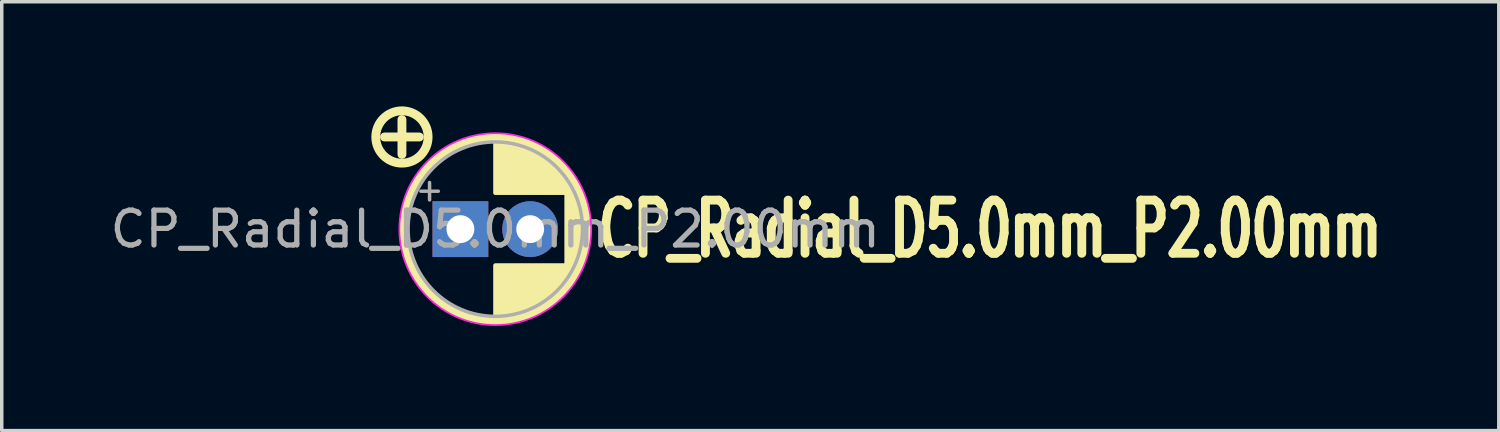
<source format=kicad_pcb>
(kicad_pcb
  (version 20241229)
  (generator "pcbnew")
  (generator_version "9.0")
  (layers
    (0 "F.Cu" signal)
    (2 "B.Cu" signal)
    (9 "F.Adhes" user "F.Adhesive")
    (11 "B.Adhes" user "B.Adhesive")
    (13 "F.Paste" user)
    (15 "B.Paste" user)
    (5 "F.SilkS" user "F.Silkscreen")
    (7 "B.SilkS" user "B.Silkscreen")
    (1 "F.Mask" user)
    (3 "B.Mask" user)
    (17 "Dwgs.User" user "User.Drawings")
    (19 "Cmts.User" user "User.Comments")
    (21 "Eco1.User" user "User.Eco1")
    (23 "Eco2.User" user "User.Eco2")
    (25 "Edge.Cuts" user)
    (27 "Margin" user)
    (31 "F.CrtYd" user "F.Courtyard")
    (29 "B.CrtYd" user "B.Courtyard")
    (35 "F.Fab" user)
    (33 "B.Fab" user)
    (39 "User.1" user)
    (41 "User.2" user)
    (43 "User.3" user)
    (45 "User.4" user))
  (footprint "CP_Radial_D5.0mm_P2.00mm"
    (layer "F.Cu")
    (at 10.149 3.519)
    (property "Reference" "CP_Radial_D5.0mm_P2.00mm" (at 3.81 0 0) (layer "F.SilkS") (effects (font (size 1.524 1.016) (thickness 0.254)) (justify left)))
    (attr through_hole)
    (fp_line (start -1.676 -3.142) (end -1.676 -2.142) (stroke (width 0.254) (type solid)) (layer "F.SilkS"))
    (fp_line (start -1.176 -2.642) (end -2.176 -2.642) (stroke (width 0.254) (type solid)) (layer "F.SilkS"))
    (fp_line (start 1 -2.58) (end 1 -1.04) (stroke (width 0.12) (type solid)) (layer "F.SilkS"))
    (fp_line (start 1 1.04) (end 1 2.58) (stroke (width 0.12) (type solid)) (layer "F.SilkS"))
    (fp_line (start 1.04 -2.58) (end 1.04 -1.04) (stroke (width 0.12) (type solid)) (layer "F.SilkS"))
    (fp_line (start 1.04 1.04) (end 1.04 2.58) (stroke (width 0.12) (type solid)) (layer "F.SilkS"))
    (fp_line (start 1.08 -2.579) (end 1.08 -1.04) (stroke (width 0.12) (type solid)) (layer "F.SilkS"))
    (fp_line (start 1.08 1.04) (end 1.08 2.579) (stroke (width 0.12) (type solid)) (layer "F.SilkS"))
    (fp_line (start 1.12 -2.578) (end 1.12 -1.04) (stroke (width 0.12) (type solid)) (layer "F.SilkS"))
    (fp_line (start 1.12 1.04) (end 1.12 2.578) (stroke (width 0.12) (type solid)) (layer "F.SilkS"))
    (fp_line (start 1.16 -2.576) (end 1.16 -1.04) (stroke (width 0.12) (type solid)) (layer "F.SilkS"))
    (fp_line (start 1.16 1.04) (end 1.16 2.576) (stroke (width 0.12) (type solid)) (layer "F.SilkS"))
    (fp_line (start 1.2 -2.573) (end 1.2 -1.04) (stroke (width 0.12) (type solid)) (layer "F.SilkS"))
    (fp_line (start 1.2 1.04) (end 1.2 2.573) (stroke (width 0.12) (type solid)) (layer "F.SilkS"))
    (fp_line (start 1.24 -2.569) (end 1.24 -1.04) (stroke (width 0.12) (type solid)) (layer "F.SilkS"))
    (fp_line (start 1.24 1.04) (end 1.24 2.569) (stroke (width 0.12) (type solid)) (layer "F.SilkS"))
    (fp_line (start 1.28 -2.565) (end 1.28 -1.04) (stroke (width 0.12) (type solid)) (layer "F.SilkS"))
    (fp_line (start 1.28 1.04) (end 1.28 2.565) (stroke (width 0.12) (type solid)) (layer "F.SilkS"))
    (fp_line (start 1.32 -2.561) (end 1.32 -1.04) (stroke (width 0.12) (type solid)) (layer "F.SilkS"))
    (fp_line (start 1.32 1.04) (end 1.32 2.561) (stroke (width 0.12) (type solid)) (layer "F.SilkS"))
    (fp_line (start 1.36 -2.556) (end 1.36 -1.04) (stroke (width 0.12) (type solid)) (layer "F.SilkS"))
    (fp_line (start 1.36 1.04) (end 1.36 2.556) (stroke (width 0.12) (type solid)) (layer "F.SilkS"))
    (fp_line (start 1.4 -2.55) (end 1.4 -1.04) (stroke (width 0.12) (type solid)) (layer "F.SilkS"))
    (fp_line (start 1.4 1.04) (end 1.4 2.55) (stroke (width 0.12) (type solid)) (layer "F.SilkS"))
    (fp_line (start 1.44 -2.543) (end 1.44 -1.04) (stroke (width 0.12) (type solid)) (layer "F.SilkS"))
    (fp_line (start 1.44 1.04) (end 1.44 2.543) (stroke (width 0.12) (type solid)) (layer "F.SilkS"))
    (fp_line (start 1.48 -2.536) (end 1.48 -1.04) (stroke (width 0.12) (type solid)) (layer "F.SilkS"))
    (fp_line (start 1.48 1.04) (end 1.48 2.536) (stroke (width 0.12) (type solid)) (layer "F.SilkS"))
    (fp_line (start 1.52 -2.528) (end 1.52 -1.04) (stroke (width 0.12) (type solid)) (layer "F.SilkS"))
    (fp_line (start 1.52 1.04) (end 1.52 2.528) (stroke (width 0.12) (type solid)) (layer "F.SilkS"))
    (fp_line (start 1.56 -2.52) (end 1.56 -1.04) (stroke (width 0.12) (type solid)) (layer "F.SilkS"))
    (fp_line (start 1.56 1.04) (end 1.56 2.52) (stroke (width 0.12) (type solid)) (layer "F.SilkS"))
    (fp_line (start 1.6 -2.511) (end 1.6 -1.04) (stroke (width 0.12) (type solid)) (layer "F.SilkS"))
    (fp_line (start 1.6 1.04) (end 1.6 2.511) (stroke (width 0.12) (type solid)) (layer "F.SilkS"))
    (fp_line (start 1.64 -2.501) (end 1.64 -1.04) (stroke (width 0.12) (type solid)) (layer "F.SilkS"))
    (fp_line (start 1.64 1.04) (end 1.64 2.501) (stroke (width 0.12) (type solid)) (layer "F.SilkS"))
    (fp_line (start 1.68 -2.491) (end 1.68 -1.04) (stroke (width 0.12) (type solid)) (layer "F.SilkS"))
    (fp_line (start 1.68 1.04) (end 1.68 2.491) (stroke (width 0.12) (type solid)) (layer "F.SilkS"))
    (fp_line (start 1.721 -2.48) (end 1.721 -1.04) (stroke (width 0.12) (type solid)) (layer "F.SilkS"))
    (fp_line (start 1.721 1.04) (end 1.721 2.48) (stroke (width 0.12) (type solid)) (layer "F.SilkS"))
    (fp_line (start 1.761 -2.468) (end 1.761 -1.04) (stroke (width 0.12) (type solid)) (layer "F.SilkS"))
    (fp_line (start 1.761 1.04) (end 1.761 2.468) (stroke (width 0.12) (type solid)) (layer "F.SilkS"))
    (fp_line (start 1.801 -2.455) (end 1.801 -1.04) (stroke (width 0.12) (type solid)) (layer "F.SilkS"))
    (fp_line (start 1.801 1.04) (end 1.801 2.455) (stroke (width 0.12) (type solid)) (layer "F.SilkS"))
    (fp_line (start 1.841 -2.442) (end 1.841 -1.04) (stroke (width 0.12) (type solid)) (layer "F.SilkS"))
    (fp_line (start 1.841 1.04) (end 1.841 2.442) (stroke (width 0.12) (type solid)) (layer "F.SilkS"))
    (fp_line (start 1.881 -2.428) (end 1.881 -1.04) (stroke (width 0.12) (type solid)) (layer "F.SilkS"))
    (fp_line (start 1.881 1.04) (end 1.881 2.428) (stroke (width 0.12) (type solid)) (layer "F.SilkS"))
    (fp_line (start 1.921 -2.414) (end 1.921 -1.04) (stroke (width 0.12) (type solid)) (layer "F.SilkS"))
    (fp_line (start 1.921 1.04) (end 1.921 2.414) (stroke (width 0.12) (type solid)) (layer "F.SilkS"))
    (fp_line (start 1.961 -2.398) (end 1.961 -1.04) (stroke (width 0.12) (type solid)) (layer "F.SilkS"))
    (fp_line (start 1.961 1.04) (end 1.961 2.398) (stroke (width 0.12) (type solid)) (layer "F.SilkS"))
    (fp_line (start 2.001 -2.382) (end 2.001 -1.04) (stroke (width 0.12) (type solid)) (layer "F.SilkS"))
    (fp_line (start 2.001 1.04) (end 2.001 2.382) (stroke (width 0.12) (type solid)) (layer "F.SilkS"))
    (fp_line (start 2.041 -2.365) (end 2.041 -1.04) (stroke (width 0.12) (type solid)) (layer "F.SilkS"))
    (fp_line (start 2.041 1.04) (end 2.041 2.365) (stroke (width 0.12) (type solid)) (layer "F.SilkS"))
    (fp_line (start 2.081 -2.348) (end 2.081 -1.04) (stroke (width 0.12) (type solid)) (layer "F.SilkS"))
    (fp_line (start 2.081 1.04) (end 2.081 2.348) (stroke (width 0.12) (type solid)) (layer "F.SilkS"))
    (fp_line (start 2.121 -2.329) (end 2.121 -1.04) (stroke (width 0.12) (type solid)) (layer "F.SilkS"))
    (fp_line (start 2.121 1.04) (end 2.121 2.329) (stroke (width 0.12) (type solid)) (layer "F.SilkS"))
    (fp_line (start 2.161 -2.31) (end 2.161 -1.04) (stroke (width 0.12) (type solid)) (layer "F.SilkS"))
    (fp_line (start 2.161 1.04) (end 2.161 2.31) (stroke (width 0.12) (type solid)) (layer "F.SilkS"))
    (fp_line (start 2.201 -2.29) (end 2.201 -1.04) (stroke (width 0.12) (type solid)) (layer "F.SilkS"))
    (fp_line (start 2.201 1.04) (end 2.201 2.29) (stroke (width 0.12) (type solid)) (layer "F.SilkS"))
    (fp_line (start 2.241 -2.268) (end 2.241 -1.04) (stroke (width 0.12) (type solid)) (layer "F.SilkS"))
    (fp_line (start 2.241 1.04) (end 2.241 2.268) (stroke (width 0.12) (type solid)) (layer "F.SilkS"))
    (fp_line (start 2.281 -2.247) (end 2.281 -1.04) (stroke (width 0.12) (type solid)) (layer "F.SilkS"))
    (fp_line (start 2.281 1.04) (end 2.281 2.247) (stroke (width 0.12) (type solid)) (layer "F.SilkS"))
    (fp_line (start 2.321 -2.224) (end 2.321 -1.04) (stroke (width 0.12) (type solid)) (layer "F.SilkS"))
    (fp_line (start 2.321 1.04) (end 2.321 2.224) (stroke (width 0.12) (type solid)) (layer "F.SilkS"))
    (fp_line (start 2.361 -2.2) (end 2.361 -1.04) (stroke (width 0.12) (type solid)) (layer "F.SilkS"))
    (fp_line (start 2.361 1.04) (end 2.361 2.2) (stroke (width 0.12) (type solid)) (layer "F.SilkS"))
    (fp_line (start 2.401 -2.175) (end 2.401 -1.04) (stroke (width 0.12) (type solid)) (layer "F.SilkS"))
    (fp_line (start 2.401 1.04) (end 2.401 2.175) (stroke (width 0.12) (type solid)) (layer "F.SilkS"))
    (fp_line (start 2.441 -2.149) (end 2.441 -1.04) (stroke (width 0.12) (type solid)) (layer "F.SilkS"))
    (fp_line (start 2.441 1.04) (end 2.441 2.149) (stroke (width 0.12) (type solid)) (layer "F.SilkS"))
    (fp_line (start 2.481 -2.122) (end 2.481 -1.04) (stroke (width 0.12) (type solid)) (layer "F.SilkS"))
    (fp_line (start 2.481 1.04) (end 2.481 2.122) (stroke (width 0.12) (type solid)) (layer "F.SilkS"))
    (fp_line (start 2.521 -2.095) (end 2.521 -1.04) (stroke (width 0.12) (type solid)) (layer "F.SilkS"))
    (fp_line (start 2.521 1.04) (end 2.521 2.095) (stroke (width 0.12) (type solid)) (layer "F.SilkS"))
    (fp_line (start 2.561 -2.065) (end 2.561 -1.04) (stroke (width 0.12) (type solid)) (layer "F.SilkS"))
    (fp_line (start 2.561 1.04) (end 2.561 2.065) (stroke (width 0.12) (type solid)) (layer "F.SilkS"))
    (fp_line (start 2.601 -2.035) (end 2.601 -1.04) (stroke (width 0.12) (type solid)) (layer "F.SilkS"))
    (fp_line (start 2.601 1.04) (end 2.601 2.035) (stroke (width 0.12) (type solid)) (layer "F.SilkS"))
    (fp_line (start 2.641 -2.004) (end 2.641 -1.04) (stroke (width 0.12) (type solid)) (layer "F.SilkS"))
    (fp_line (start 2.641 1.04) (end 2.641 2.004) (stroke (width 0.12) (type solid)) (layer "F.SilkS"))
    (fp_line (start 2.681 -1.971) (end 2.681 -1.04) (stroke (width 0.12) (type solid)) (layer "F.SilkS"))
    (fp_line (start 2.681 1.04) (end 2.681 1.971) (stroke (width 0.12) (type solid)) (layer "F.SilkS"))
    (fp_line (start 2.721 -1.937) (end 2.721 -1.04) (stroke (width 0.12) (type solid)) (layer "F.SilkS"))
    (fp_line (start 2.721 1.04) (end 2.721 1.937) (stroke (width 0.12) (type solid)) (layer "F.SilkS"))
    (fp_line (start 2.761 -1.901) (end 2.761 -1.04) (stroke (width 0.12) (type solid)) (layer "F.SilkS"))
    (fp_line (start 2.761 1.04) (end 2.761 1.901) (stroke (width 0.12) (type solid)) (layer "F.SilkS"))
    (fp_line (start 2.801 -1.864) (end 2.801 -1.04) (stroke (width 0.12) (type solid)) (layer "F.SilkS"))
    (fp_line (start 2.801 1.04) (end 2.801 1.864) (stroke (width 0.12) (type solid)) (layer "F.SilkS"))
    (fp_line (start 2.841 -1.826) (end 2.841 -1.04) (stroke (width 0.12) (type solid)) (layer "F.SilkS"))
    (fp_line (start 2.841 1.04) (end 2.841 1.826) (stroke (width 0.12) (type solid)) (layer "F.SilkS"))
    (fp_line (start 2.881 -1.785) (end 2.881 -1.04) (stroke (width 0.12) (type solid)) (layer "F.SilkS"))
    (fp_line (start 2.881 1.04) (end 2.881 1.785) (stroke (width 0.12) (type solid)) (layer "F.SilkS"))
    (fp_line (start 2.921 -1.743) (end 2.921 -1.04) (stroke (width 0.12) (type solid)) (layer "F.SilkS"))
    (fp_line (start 2.921 1.04) (end 2.921 1.743) (stroke (width 0.12) (type solid)) (layer "F.SilkS"))
    (fp_line (start 2.961 -1.699) (end 2.961 -1.04) (stroke (width 0.12) (type solid)) (layer "F.SilkS"))
    (fp_line (start 2.961 1.04) (end 2.961 1.699) (stroke (width 0.12) (type solid)) (layer "F.SilkS"))
    (fp_line (start 3.001 -1.653) (end 3.001 -1.04) (stroke (width 0.12) (type solid)) (layer "F.SilkS"))
    (fp_line (start 3.001 1.04) (end 3.001 1.653) (stroke (width 0.12) (type solid)) (layer "F.SilkS"))
    (fp_line (start 3.041 -1.605) (end 3.041 1.605) (stroke (width 0.12) (type solid)) (layer "F.SilkS"))
    (fp_line (start 3.081 -1.554) (end 3.081 1.554) (stroke (width 0.12) (type solid)) (layer "F.SilkS"))
    (fp_line (start 3.121 -1.5) (end 3.121 1.5) (stroke (width 0.12) (type solid)) (layer "F.SilkS"))
    (fp_line (start 3.161 -1.443) (end 3.161 1.443) (stroke (width 0.12) (type solid)) (layer "F.SilkS"))
    (fp_line (start 3.201 -1.383) (end 3.201 1.383) (stroke (width 0.12) (type solid)) (layer "F.SilkS"))
    (fp_line (start 3.241 -1.319) (end 3.241 1.319) (stroke (width 0.12) (type solid)) (layer "F.SilkS"))
    (fp_line (start 3.281 -1.251) (end 3.281 1.251) (stroke (width 0.12) (type solid)) (layer "F.SilkS"))
    (fp_line (start 3.321 -1.178) (end 3.321 1.178) (stroke (width 0.12) (type solid)) (layer "F.SilkS"))
    (fp_line (start 3.361 -1.098) (end 3.361 1.098) (stroke (width 0.12) (type solid)) (layer "F.SilkS"))
    (fp_line (start 3.401 -1.011) (end 3.401 1.011) (stroke (width 0.12) (type solid)) (layer "F.SilkS"))
    (fp_line (start 3.441 -0.915) (end 3.441 0.915) (stroke (width 0.12) (type solid)) (layer "F.SilkS"))
    (fp_line (start 3.481 -0.805) (end 3.481 0.805) (stroke (width 0.12) (type solid)) (layer "F.SilkS"))
    (fp_line (start 3.521 -0.677) (end 3.521 0.677) (stroke (width 0.12) (type solid)) (layer "F.SilkS"))
    (fp_line (start 3.561 -0.518) (end 3.561 0.518) (stroke (width 0.12) (type solid)) (layer "F.SilkS"))
    (fp_line (start 3.601 -0.284) (end 3.601 0.284) (stroke (width 0.12) (type solid)) (layer "F.SilkS"))
    (fp_circle (center -1.676 -2.642) (end -0.926 -2.642) (stroke (width 0.254) (type solid)) (fill no) (layer "F.SilkS"))
    (fp_circle (center 1 0) (end 3.62 0) (stroke (width 0.254) (type solid)) (fill no) (layer "F.SilkS"))
    (fp_circle (center 1 0) (end 3.75 0) (stroke (width 0.05) (type solid)) (fill no) (layer "F.CrtYd"))
    (fp_line (start -1.134 -1.087) (end -0.634 -1.087) (stroke (width 0.1) (type solid)) (layer "F.Fab"))
    (fp_line (start -0.884 -1.337) (end -0.884 -0.838) (stroke (width 0.1) (type solid)) (layer "F.Fab"))
    (fp_circle (center 1 0) (end 3.5 0) (stroke (width 0.1) (type solid)) (fill no) (layer "F.Fab"))
    (fp_text user "${REFERENCE}" (at 1 0 0) (layer "F.Fab") (effects (font (size 1 1) (thickness 0.15))))
    (pad "1" thru_hole rect (at 0 0) (size 1.6 1.6) (drill 0.8) (layers "*.Cu" "*.Mask"))
    (pad "2" thru_hole circle (at 2 0) (size 1.6 1.6) (drill 0.8) (layers "*.Cu" "*.Mask")))
  (gr_rect
    (start -3 -3)
    (end 39.918 9.294)
    (stroke (width 0.1) (type default))
    (fill no)
    (layer "Edge.Cuts")))
</source>
